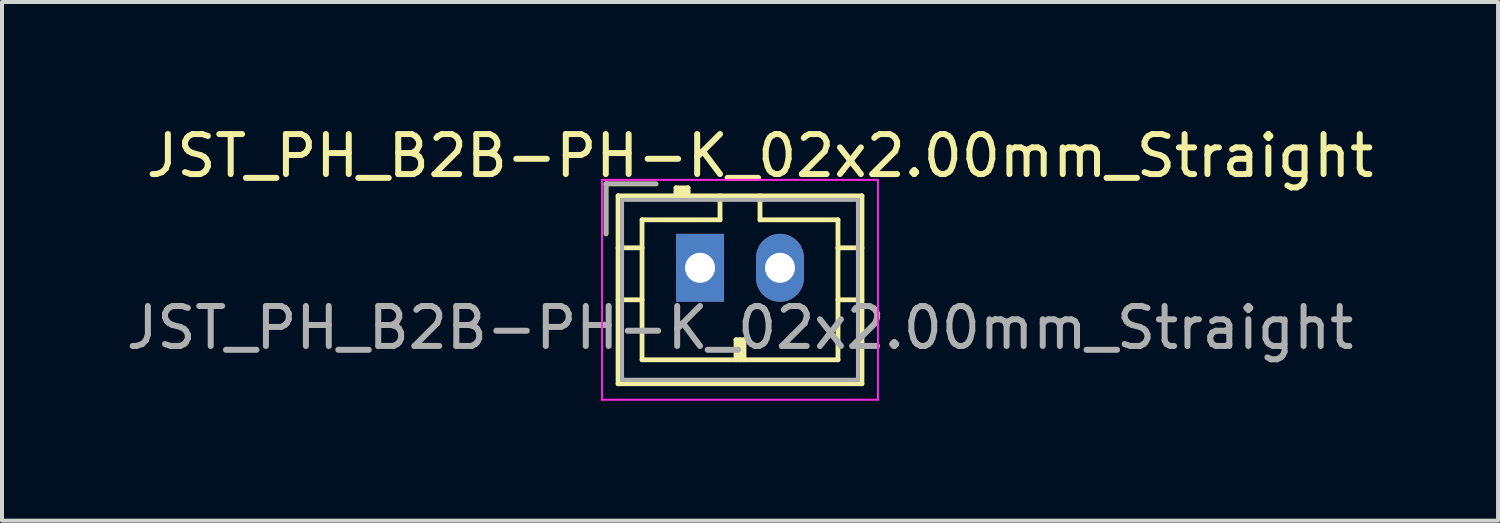
<source format=kicad_pcb>
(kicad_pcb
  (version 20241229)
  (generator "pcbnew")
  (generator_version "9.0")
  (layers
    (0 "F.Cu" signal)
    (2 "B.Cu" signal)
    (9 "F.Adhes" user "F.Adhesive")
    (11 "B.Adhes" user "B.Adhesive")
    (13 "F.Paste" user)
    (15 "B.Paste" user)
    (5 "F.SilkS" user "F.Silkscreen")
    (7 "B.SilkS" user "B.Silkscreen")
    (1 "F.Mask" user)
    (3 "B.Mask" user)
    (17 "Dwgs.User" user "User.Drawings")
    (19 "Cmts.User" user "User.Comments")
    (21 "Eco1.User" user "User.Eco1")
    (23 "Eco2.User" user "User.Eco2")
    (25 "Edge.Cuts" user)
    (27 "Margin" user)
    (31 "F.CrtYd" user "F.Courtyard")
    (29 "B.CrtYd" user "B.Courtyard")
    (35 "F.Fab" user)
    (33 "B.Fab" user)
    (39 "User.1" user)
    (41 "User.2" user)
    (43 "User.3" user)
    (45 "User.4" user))
  (footprint "JST_PH_B2B-PH-K_02x2.00mm_Straight"
    (layer "F.Cu")
    (at 14.458 3.648)
    (property "Reference" "JST_PH_B2B-PH-K_02x2.00mm_Straight" (at 1.5 -2.8 0) (layer "F.SilkS") (effects (font (size 1 1) (thickness 0.15))))
    (attr through_hole)
    (fp_line (start -2.35 -2.1) (end -2.35 -0.85) (stroke (width 0.12) (type solid)) (layer "F.SilkS"))
    (fp_line (start -2.05 -1.8) (end -2.05 2.9) (stroke (width 0.12) (type solid)) (layer "F.SilkS"))
    (fp_line (start -2.05 -0.5) (end -1.45 -0.5) (stroke (width 0.12) (type solid)) (layer "F.SilkS"))
    (fp_line (start -2.05 0.8) (end -1.45 0.8) (stroke (width 0.12) (type solid)) (layer "F.SilkS"))
    (fp_line (start -2.05 2.9) (end 4.05 2.9) (stroke (width 0.12) (type solid)) (layer "F.SilkS"))
    (fp_line (start -1.45 -1.2) (end -1.45 2.3) (stroke (width 0.12) (type solid)) (layer "F.SilkS"))
    (fp_line (start -1.45 2.3) (end 3.45 2.3) (stroke (width 0.12) (type solid)) (layer "F.SilkS"))
    (fp_line (start -1.1 -2.1) (end -2.35 -2.1) (stroke (width 0.12) (type solid)) (layer "F.SilkS"))
    (fp_line (start -0.6 -2) (end -0.6 -1.8) (stroke (width 0.12) (type solid)) (layer "F.SilkS"))
    (fp_line (start -0.3 -2) (end -0.6 -2) (stroke (width 0.12) (type solid)) (layer "F.SilkS"))
    (fp_line (start -0.3 -1.9) (end -0.6 -1.9) (stroke (width 0.12) (type solid)) (layer "F.SilkS"))
    (fp_line (start -0.3 -1.8) (end -0.3 -2) (stroke (width 0.12) (type solid)) (layer "F.SilkS"))
    (fp_line (start 0.5 -1.8) (end 0.5 -1.2) (stroke (width 0.12) (type solid)) (layer "F.SilkS"))
    (fp_line (start 0.5 -1.2) (end -1.45 -1.2) (stroke (width 0.12) (type solid)) (layer "F.SilkS"))
    (fp_line (start 0.9 1.8) (end 1.1 1.8) (stroke (width 0.12) (type solid)) (layer "F.SilkS"))
    (fp_line (start 0.9 2.3) (end 0.9 1.8) (stroke (width 0.12) (type solid)) (layer "F.SilkS"))
    (fp_line (start 1 2.3) (end 1 1.8) (stroke (width 0.12) (type solid)) (layer "F.SilkS"))
    (fp_line (start 1.1 1.8) (end 1.1 2.3) (stroke (width 0.12) (type solid)) (layer "F.SilkS"))
    (fp_line (start 1.5 -1.2) (end 1.5 -1.8) (stroke (width 0.12) (type solid)) (layer "F.SilkS"))
    (fp_line (start 3.45 -1.2) (end 1.5 -1.2) (stroke (width 0.12) (type solid)) (layer "F.SilkS"))
    (fp_line (start 3.45 2.3) (end 3.45 -1.2) (stroke (width 0.12) (type solid)) (layer "F.SilkS"))
    (fp_line (start 4.05 -1.8) (end -2.05 -1.8) (stroke (width 0.12) (type solid)) (layer "F.SilkS"))
    (fp_line (start 4.05 -0.5) (end 3.45 -0.5) (stroke (width 0.12) (type solid)) (layer "F.SilkS"))
    (fp_line (start 4.05 0.8) (end 3.45 0.8) (stroke (width 0.12) (type solid)) (layer "F.SilkS"))
    (fp_line (start 4.05 2.9) (end 4.05 -1.8) (stroke (width 0.12) (type solid)) (layer "F.SilkS"))
    (fp_line (start -2.45 -2.2) (end -2.45 3.3) (stroke (width 0.05) (type solid)) (layer "F.CrtYd"))
    (fp_line (start -2.45 3.3) (end 4.45 3.3) (stroke (width 0.05) (type solid)) (layer "F.CrtYd"))
    (fp_line (start 4.45 -2.2) (end -2.45 -2.2) (stroke (width 0.05) (type solid)) (layer "F.CrtYd"))
    (fp_line (start 4.45 3.3) (end 4.45 -2.2) (stroke (width 0.05) (type solid)) (layer "F.CrtYd"))
    (fp_line (start -2.35 -2.1) (end -2.35 -0.85) (stroke (width 0.1) (type solid)) (layer "F.Fab"))
    (fp_line (start -1.95 -1.7) (end -1.95 2.8) (stroke (width 0.1) (type solid)) (layer "F.Fab"))
    (fp_line (start -1.95 2.8) (end 3.95 2.8) (stroke (width 0.1) (type solid)) (layer "F.Fab"))
    (fp_line (start -1.1 -2.1) (end -2.35 -2.1) (stroke (width 0.1) (type solid)) (layer "F.Fab"))
    (fp_line (start 3.95 -1.7) (end -1.95 -1.7) (stroke (width 0.1) (type solid)) (layer "F.Fab"))
    (fp_line (start 3.95 2.8) (end 3.95 -1.7) (stroke (width 0.1) (type solid)) (layer "F.Fab"))
    (fp_text user "${REFERENCE}" (at 1 1.5 0) (layer "F.Fab") (effects (font (size 1 1) (thickness 0.15))))
    (pad "GND" thru_hole rect (at 0 0) (size 1.2 1.7) (drill 0.75) (layers "*.Cu" "*.Mask"))
    (pad "Vcc" thru_hole oval (at 2 0) (size 1.2 1.7) (drill 0.75) (layers "*.Cu" "*.Mask")))
  (gr_rect
    (start -3 -3)
    (end 34.417 9.973)
    (stroke (width 0.1) (type default))
    (fill no)
    (layer "Edge.Cuts")))
</source>
